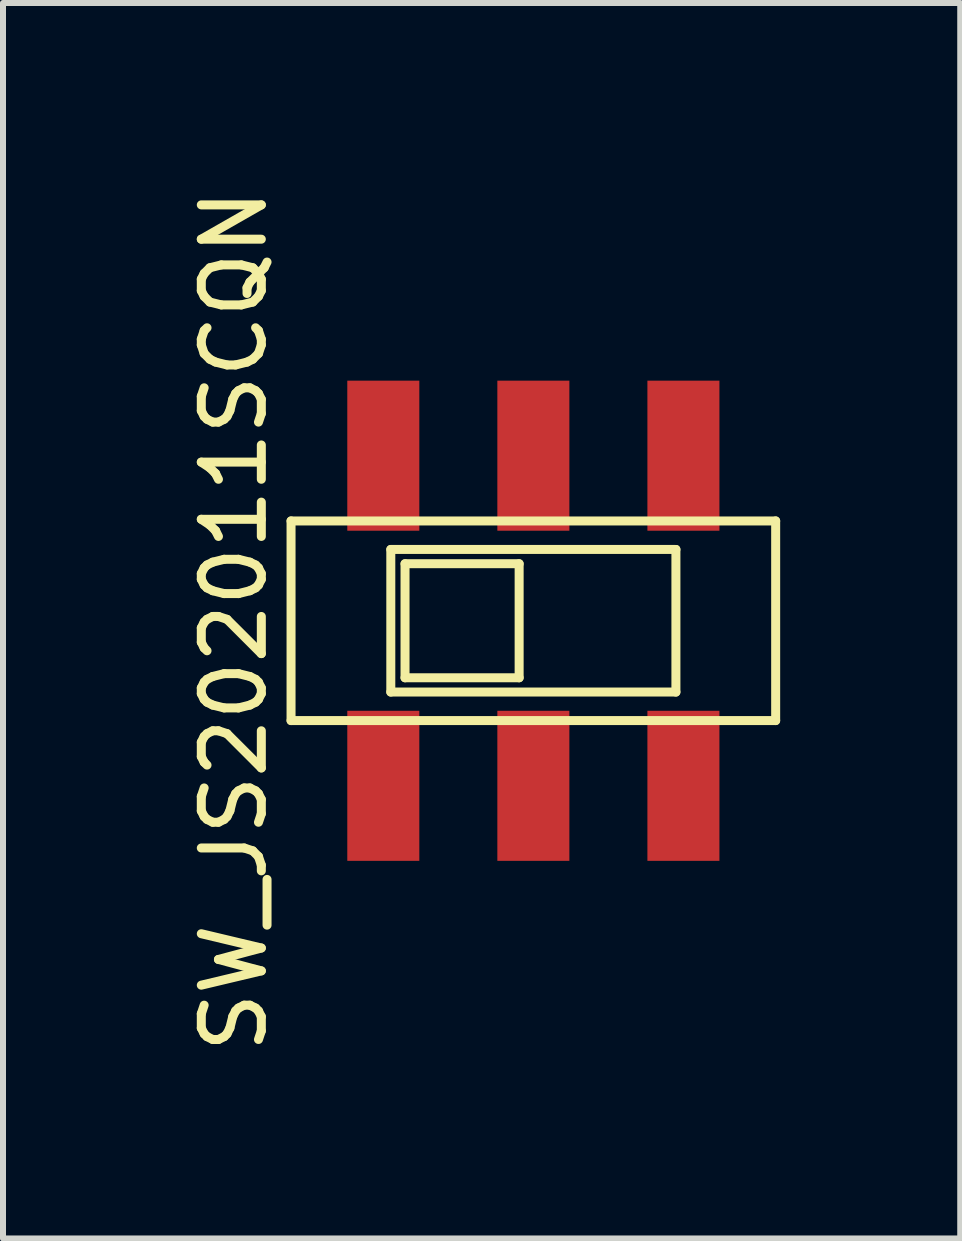
<source format=kicad_pcb>
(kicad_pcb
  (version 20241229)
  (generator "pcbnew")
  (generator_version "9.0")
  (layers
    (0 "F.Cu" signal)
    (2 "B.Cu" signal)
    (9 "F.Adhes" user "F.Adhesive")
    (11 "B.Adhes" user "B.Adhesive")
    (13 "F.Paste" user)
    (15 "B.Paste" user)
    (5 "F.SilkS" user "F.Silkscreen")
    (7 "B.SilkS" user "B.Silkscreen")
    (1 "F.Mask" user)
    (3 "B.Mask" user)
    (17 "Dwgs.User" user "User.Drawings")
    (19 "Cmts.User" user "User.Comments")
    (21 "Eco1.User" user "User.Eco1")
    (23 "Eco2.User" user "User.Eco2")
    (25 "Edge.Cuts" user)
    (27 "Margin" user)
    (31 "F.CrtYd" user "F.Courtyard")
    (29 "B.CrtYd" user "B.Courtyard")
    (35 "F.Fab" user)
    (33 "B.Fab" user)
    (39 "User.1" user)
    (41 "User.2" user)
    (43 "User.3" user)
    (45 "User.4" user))
  (footprint "SW_JS202011SCQN"
    (layer "F.Cu")
    (at 5.836 7.292)
    (property "Reference" "SW_JS202011SCQN" (at -4.987 0 90) (layer "F.SilkS") (effects (font (size 1 1) (thickness 0.15))))
    (attr through_hole)
    (fp_line (start -4.037 -1.663) (end 4.037 -1.663) (stroke (width 0.15) (type solid)) (layer "F.SilkS"))
    (fp_line (start -4.037 1.663) (end -4.037 -1.663) (stroke (width 0.15) (type solid)) (layer "F.SilkS"))
    (fp_line (start -2.375 -1.188) (end 2.375 -1.188) (stroke (width 0.15) (type solid)) (layer "F.SilkS"))
    (fp_line (start -2.375 1.188) (end -2.375 -1.188) (stroke (width 0.15) (type solid)) (layer "F.SilkS"))
    (fp_line (start -2.138 -0.95) (end -2.138 0.95) (stroke (width 0.15) (type solid)) (layer "F.SilkS"))
    (fp_line (start -2.138 0.95) (end -0.237 0.95) (stroke (width 0.15) (type solid)) (layer "F.SilkS"))
    (fp_line (start -0.237 -0.95) (end -2.138 -0.95) (stroke (width 0.15) (type solid)) (layer "F.SilkS"))
    (fp_line (start -0.237 0.95) (end -0.237 -0.95) (stroke (width 0.15) (type solid)) (layer "F.SilkS"))
    (fp_line (start 2.375 -1.188) (end 2.375 1.188) (stroke (width 0.15) (type solid)) (layer "F.SilkS"))
    (fp_line (start 2.375 1.188) (end -2.375 1.188) (stroke (width 0.15) (type solid)) (layer "F.SilkS"))
    (fp_line (start 4.037 -1.663) (end 4.037 1.663) (stroke (width 0.15) (type solid)) (layer "F.SilkS"))
    (fp_line (start 4.037 1.663) (end -4.037 1.663) (stroke (width 0.15) (type solid)) (layer "F.SilkS"))
    (pad "1" smd rect (at -2.5 -2.75) (size 1.2 2.5) (layers "F.Cu" "F.Mask" "F.Paste"))
    (pad "1" smd rect (at -2.5 2.75) (size 1.2 2.5) (layers "F.Cu" "F.Mask" "F.Paste"))
    (pad "2" smd rect (at 0 -2.75) (size 1.2 2.5) (layers "F.Cu" "F.Mask" "F.Paste"))
    (pad "2" smd rect (at 0 2.75) (size 1.2 2.5) (layers "F.Cu" "F.Mask" "F.Paste"))
    (pad "3" smd rect (at 2.5 -2.75) (size 1.2 2.5) (layers "F.Cu" "F.Mask" "F.Paste"))
    (pad "3" smd rect (at 2.5 2.75) (size 1.2 2.5) (layers "F.Cu" "F.Mask" "F.Paste")))
  (gr_rect
    (start -3 -3)
    (end 12.948 17.583)
    (stroke (width 0.1) (type default))
    (fill no)
    (layer "Edge.Cuts")))
</source>
